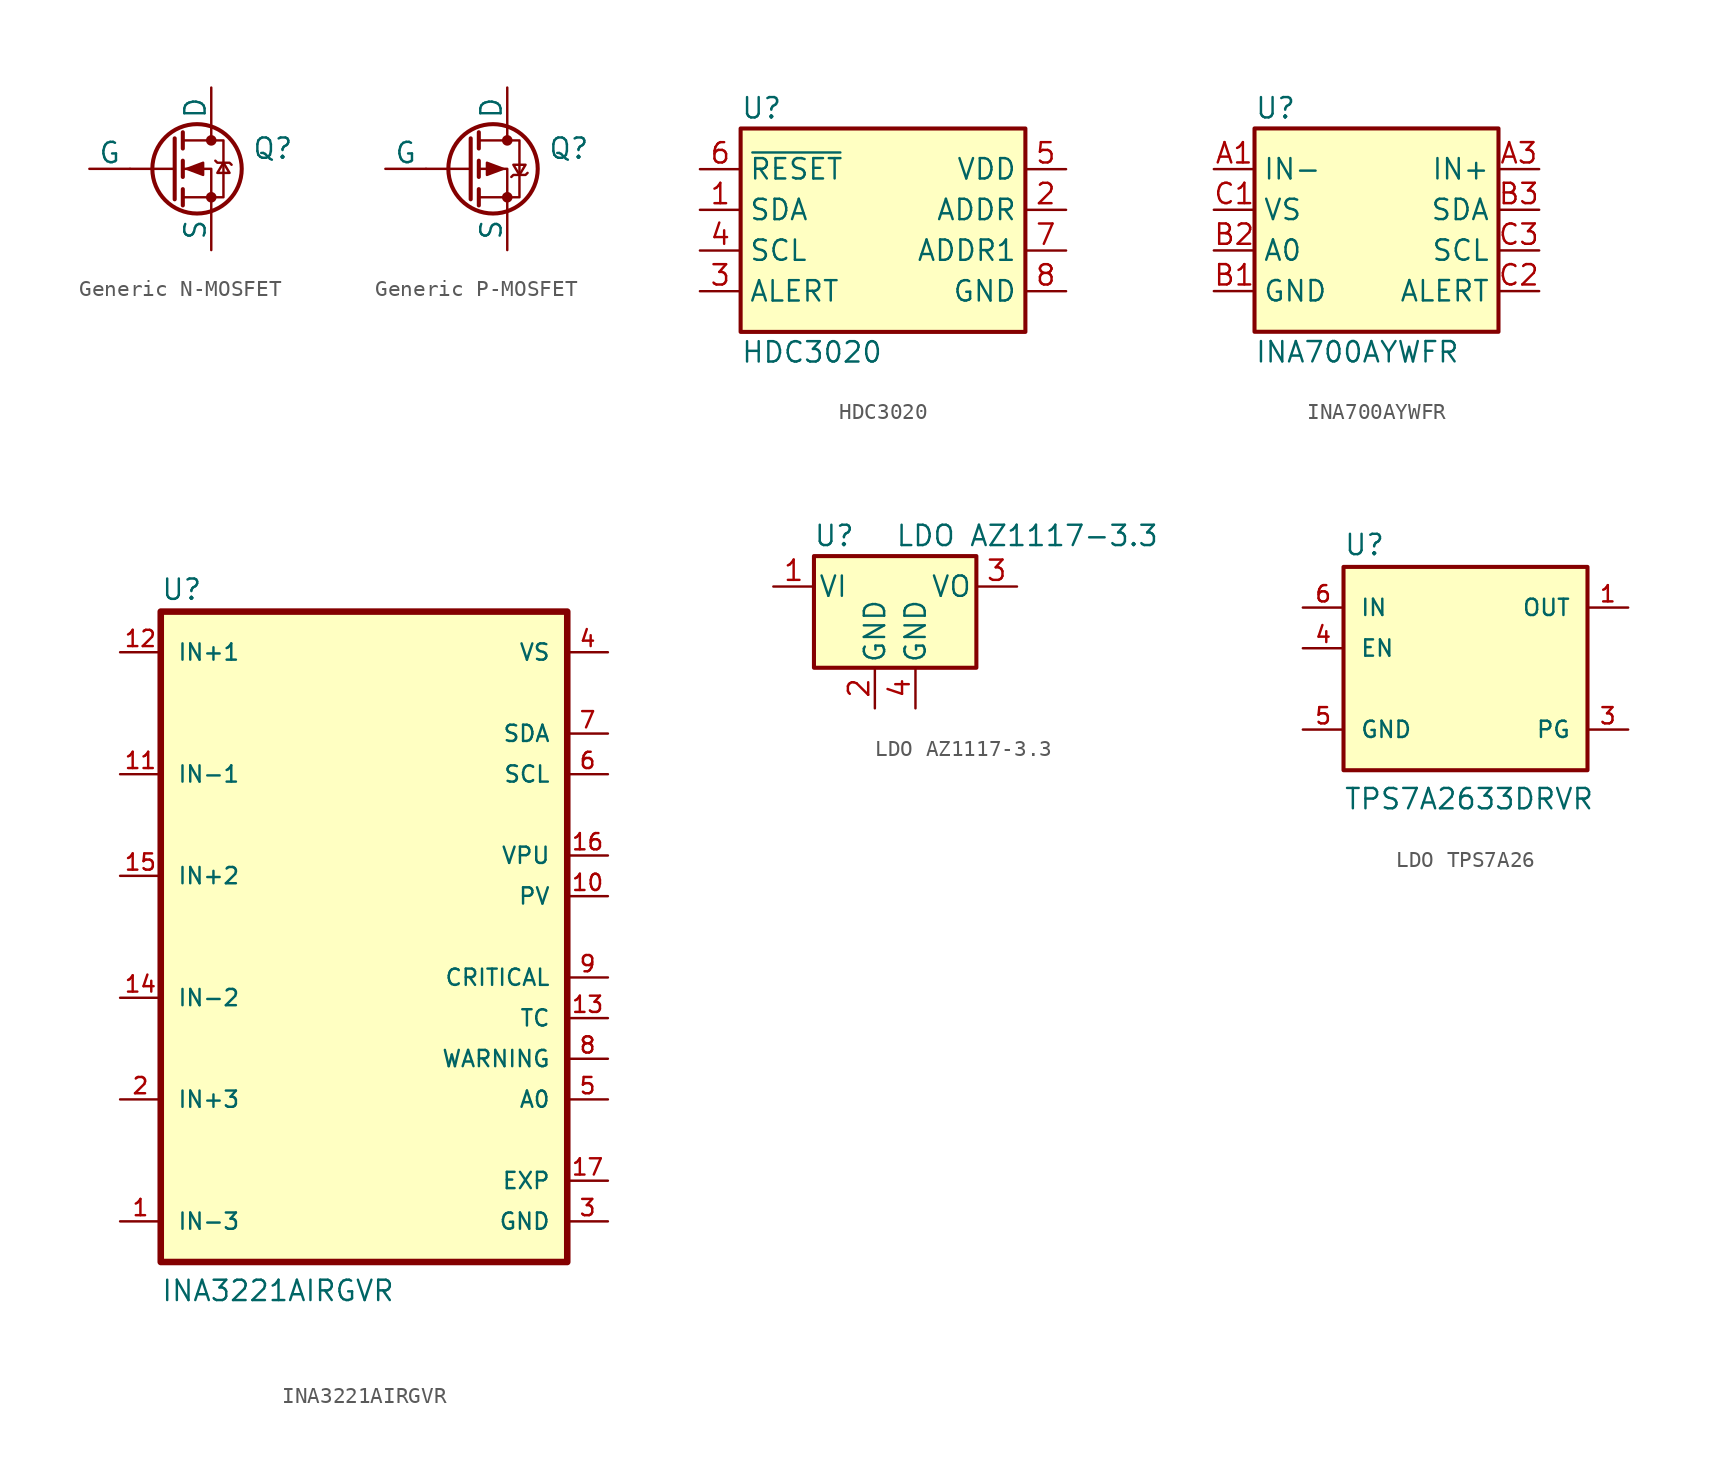
<source format=kicad_sym>
(kicad_symbol_lib
  (version 20241209)
  (generator "kicad_symbol_editor")
  (generator_version "9.0")
  (symbol "Generic N-MOSFET"
    (pin_numbers
      (hide yes))
    (pin_names
      (offset 0))
    (property "Reference" "Q"
      (at 5.08 1.27 0)
      (effects (font (size 1.27 1.27)) (justify left)))
    (symbol "Generic N-MOSFET_0_1"
      (polyline (pts (xy 0.254 1.905) (xy 0.254 -1.905)) (stroke (width 0.254) (type default)) (fill (type none)))
      (polyline (pts (xy 0.254 0) (xy -2.54 0)) (stroke (width 0) (type default)) (fill (type none)))
      (polyline (pts (xy 0.762 2.286) (xy 0.762 1.27)) (stroke (width 0.254) (type default)) (fill (type none)))
      (polyline (pts (xy 0.762 0.508) (xy 0.762 -0.508)) (stroke (width 0.254) (type default)) (fill (type none)))
      (polyline (pts (xy 0.762 -1.27) (xy 0.762 -2.286)) (stroke (width 0.254) (type default)) (fill (type none)))
      (polyline (pts (xy 0.762 -1.778) (xy 3.302 -1.778) (xy 3.302 1.778) (xy 0.762 1.778)) (stroke (width 0) (type default)) (fill (type none)))
      (polyline (pts (xy 1.016 0) (xy 2.032 0.381) (xy 2.032 -0.381) (xy 1.016 0)) (stroke (width 0) (type default)) (fill (type outline)))
      (circle (center 1.651 0) (radius 2.794) (stroke (width 0.254) (type default)) (fill (type none)))
      (polyline (pts (xy 2.54 2.54) (xy 2.54 1.778)) (stroke (width 0) (type default)) (fill (type none)))
      (circle (center 2.54 1.778) (radius 0.254) (stroke (width 0) (type default)) (fill (type outline)))
      (circle (center 2.54 -1.778) (radius 0.254) (stroke (width 0) (type default)) (fill (type outline)))
      (polyline (pts (xy 2.54 -2.54) (xy 2.54 0) (xy 0.762 0)) (stroke (width 0) (type default)) (fill (type none)))
      (polyline (pts (xy 2.794 0.508) (xy 2.921 0.381) (xy 3.683 0.381) (xy 3.81 0.254)) (stroke (width 0) (type default)) (fill (type none)))
      (polyline (pts (xy 3.302 0.381) (xy 2.921 -0.254) (xy 3.683 -0.254) (xy 3.302 0.381)) (stroke (width 0) (type default)) (fill (type none))))
    (symbol "Generic N-MOSFET_1_1"
      (pin input line (at -5.08 0 0) (length 2.54) (name "G" (effects (font (size 1.27 1.27)))) (number "1" (effects (font (size 1.27 1.27)))))
      (pin passive line (at 2.54 5.08 270) (length 2.54) (name "D" (effects (font (size 1.27 1.27)))) (number "3" (effects (font (size 1.27 1.27)))))
      (pin passive line (at 2.54 -5.08 90) (length 2.54) (name "S" (effects (font (size 1.27 1.27)))) (number "2" (effects (font (size 1.27 1.27)))))))
  (symbol "Generic P-MOSFET"
    (pin_numbers
      (hide yes))
    (pin_names
      (offset 0))
    (property "Reference" "Q"
      (at 5.08 1.27 0)
      (effects (font (size 1.27 1.27)) (justify left)))
    (symbol "Generic P-MOSFET_0_1"
      (polyline (pts (xy 0.254 1.905) (xy 0.254 -1.905)) (stroke (width 0.254) (type default)) (fill (type none)))
      (polyline (pts (xy 0.254 0) (xy -2.54 0)) (stroke (width 0) (type default)) (fill (type none)))
      (polyline (pts (xy 0.762 2.286) (xy 0.762 1.27)) (stroke (width 0.254) (type default)) (fill (type none)))
      (polyline (pts (xy 0.762 1.778) (xy 3.302 1.778) (xy 3.302 -1.778) (xy 0.762 -1.778)) (stroke (width 0) (type default)) (fill (type none)))
      (polyline (pts (xy 0.762 0.508) (xy 0.762 -0.508)) (stroke (width 0.254) (type default)) (fill (type none)))
      (polyline (pts (xy 0.762 -1.27) (xy 0.762 -2.286)) (stroke (width 0.254) (type default)) (fill (type none)))
      (circle (center 1.651 0) (radius 2.794) (stroke (width 0.254) (type default)) (fill (type none)))
      (polyline (pts (xy 2.286 0) (xy 1.27 0.381) (xy 1.27 -0.381) (xy 2.286 0)) (stroke (width 0) (type default)) (fill (type outline)))
      (polyline (pts (xy 2.54 2.54) (xy 2.54 1.778)) (stroke (width 0) (type default)) (fill (type none)))
      (circle (center 2.54 1.778) (radius 0.254) (stroke (width 0) (type default)) (fill (type outline)))
      (circle (center 2.54 -1.778) (radius 0.254) (stroke (width 0) (type default)) (fill (type outline)))
      (polyline (pts (xy 2.54 -2.54) (xy 2.54 0) (xy 0.762 0)) (stroke (width 0) (type default)) (fill (type none)))
      (polyline (pts (xy 2.794 -0.508) (xy 2.921 -0.381) (xy 3.683 -0.381) (xy 3.81 -0.254)) (stroke (width 0) (type default)) (fill (type none)))
      (polyline (pts (xy 3.302 -0.381) (xy 2.921 0.254) (xy 3.683 0.254) (xy 3.302 -0.381)) (stroke (width 0) (type default)) (fill (type none))))
    (symbol "Generic P-MOSFET_1_1"
      (pin input line (at -5.08 0 0) (length 2.54) (name "G" (effects (font (size 1.27 1.27)))) (number "1" (effects (font (size 1.27 1.27)))))
      (pin passive line (at 2.54 5.08 270) (length 2.54) (name "D" (effects (font (size 1.27 1.27)))) (number "3" (effects (font (size 1.27 1.27)))))
      (pin passive line (at 2.54 -5.08 90) (length 2.54) (name "S" (effects (font (size 1.27 1.27)))) (number "2" (effects (font (size 1.27 1.27)))))))
  (symbol "HDC3020"
    (property "Reference" "U"
      (at -8.89 7.62 0)
      (do_not_autoplace)
      (effects (font (size 1.27 1.27)) (justify left)))
    (property "Value" "HDC3020"
      (at -8.89 -7.62 0)
      (do_not_autoplace)
      (effects (font (size 1.27 1.27)) (justify left)))
    (symbol "HDC3020_1_1"
      (rectangle (start -8.89 6.35) (end 8.89 -6.35) (stroke (width 0.254) (type default)) (fill (type background)))
      (pin input line (at -11.43 3.81 0) (length 2.54) (name "~{RESET}" (effects (font (size 1.27 1.27)))) (number "6" (effects (font (size 1.27 1.27)))))
      (pin bidirectional line (at -11.43 1.27 0) (length 2.54) (name "SDA" (effects (font (size 1.27 1.27)))) (number "1" (effects (font (size 1.27 1.27)))))
      (pin input line (at -11.43 -1.27 0) (length 2.54) (name "SCL" (effects (font (size 1.27 1.27)))) (number "4" (effects (font (size 1.27 1.27)))))
      (pin output line (at -11.43 -3.81 0) (length 2.54) (name "ALERT" (effects (font (size 1.27 1.27)))) (number "3" (effects (font (size 1.27 1.27)))))
      (pin power_in line (at 11.43 3.81 180) (length 2.54) (name "VDD" (effects (font (size 1.27 1.27)))) (number "5" (effects (font (size 1.27 1.27)))))
      (pin input line (at 11.43 1.27 180) (length 2.54) (name "ADDR" (effects (font (size 1.27 1.27)))) (number "2" (effects (font (size 1.27 1.27)))))
      (pin input line (at 11.43 -1.27 180) (length 2.54) (name "ADDR1" (effects (font (size 1.27 1.27)))) (number "7" (effects (font (size 1.27 1.27)))))
      (pin passive line (at 11.43 -3.81 180) (length 2.54) (name "GND" (effects (font (size 1.27 1.27)))) (number "8" (effects (font (size 1.27 1.27)))))
      (pin no_connect line (at 11.43 -7.62 180) (length 2.54) (hide yes) (name "EP" (effects (font (size 1.27 1.27)))) (number "9" (effects (font (size 1.27 1.27)))))))
  (symbol "INA700AYWFR"
    (property "Reference" "U"
      (at -7.62 7.62 0)
      (do_not_autoplace)
      (effects (font (size 1.27 1.27)) (justify left)))
    (property "Value" "INA700AYWFR"
      (at -7.62 -7.62 0)
      (do_not_autoplace)
      (effects (font (size 1.27 1.27)) (justify left)))
    (symbol "INA700AYWFR_1_1"
      (rectangle (start -7.62 6.35) (end 7.62 -6.35) (stroke (width 0.254) (type default)) (fill (type background)))
      (pin power_out line (at -10.16 3.81 0) (length 2.54) (name "IN-" (effects (font (size 1.27 1.27)))) (number "A1" (effects (font (size 1.27 1.27)))))
      (pin power_in line (at -10.16 1.27 0) (length 2.54) (name "VS" (effects (font (size 1.27 1.27)))) (number "C1" (effects (font (size 1.27 1.27)))))
      (pin input line (at -10.16 -1.27 0) (length 2.54) (name "A0" (effects (font (size 1.27 1.27)))) (number "B2" (effects (font (size 1.27 1.27)))))
      (pin passive line (at -10.16 -3.81 0) (length 2.54) (name "GND" (effects (font (size 1.27 1.27)))) (number "B1" (effects (font (size 1.27 1.27)))))
      (pin power_in line (at 10.16 3.81 180) (length 2.54) (name "IN+" (effects (font (size 1.27 1.27)))) (number "A3" (effects (font (size 1.27 1.27)))))
      (pin bidirectional line (at 10.16 1.27 180) (length 2.54) (name "SDA" (effects (font (size 1.27 1.27)))) (number "B3" (effects (font (size 1.27 1.27)))))
      (pin input line (at 10.16 -1.27 180) (length 2.54) (name "SCL" (effects (font (size 1.27 1.27)))) (number "C3" (effects (font (size 1.27 1.27)))))
      (pin output line (at 10.16 -3.81 180) (length 2.54) (name "ALERT" (effects (font (size 1.27 1.27)))) (number "C2" (effects (font (size 1.27 1.27)))))))
  (symbol "INA3221AIRGVR"
    (pin_names
      (offset 1.016))
    (property "Reference" "U"
      (at -12.7 20.955 0)
      (do_not_autoplace)
      (effects (font (size 1.27 1.27)) (justify left bottom)))
    (property "Value" "INA3221AIRGVR"
      (at -12.7 -22.86 0)
      (do_not_autoplace)
      (effects (font (size 1.27 1.27)) (justify left bottom)))
    (symbol "INA3221AIRGVR_0_0"
      (rectangle (start -12.7 20.32) (end 12.7 -20.32) (stroke (width 0.41) (type default)) (fill (type background)))
      (pin input line (at -15.24 17.78 0) (length 2.54) (name "IN+1" (effects (font (size 1.016 1.016)))) (number "12" (effects (font (size 1.016 1.016)))))
      (pin input line (at -15.24 10.16 0) (length 2.54) (name "IN-1" (effects (font (size 1.016 1.016)))) (number "11" (effects (font (size 1.016 1.016)))))
      (pin input line (at -15.24 3.81 0) (length 2.54) (name "IN+2" (effects (font (size 1.016 1.016)))) (number "15" (effects (font (size 1.016 1.016)))))
      (pin input line (at -15.24 -3.81 0) (length 2.54) (name "IN-2" (effects (font (size 1.016 1.016)))) (number "14" (effects (font (size 1.016 1.016)))))
      (pin input line (at -15.24 -10.16 0) (length 2.54) (name "IN+3" (effects (font (size 1.016 1.016)))) (number "2" (effects (font (size 1.016 1.016)))))
      (pin input line (at -15.24 -17.78 0) (length 2.54) (name "IN-3" (effects (font (size 1.016 1.016)))) (number "1" (effects (font (size 1.016 1.016)))))
      (pin power_in line (at 15.24 17.78 180) (length 2.54) (name "VS" (effects (font (size 1.016 1.016)))) (number "4" (effects (font (size 1.016 1.016)))))
      (pin bidirectional line (at 15.24 12.7 180) (length 2.54) (name "SDA" (effects (font (size 1.016 1.016)))) (number "7" (effects (font (size 1.016 1.016)))))
      (pin input line (at 15.24 10.16 180) (length 2.54) (name "SCL" (effects (font (size 1.016 1.016)))) (number "6" (effects (font (size 1.016 1.016)))))
      (pin input line (at 15.24 5.08 180) (length 2.54) (name "VPU" (effects (font (size 1.016 1.016)))) (number "16" (effects (font (size 1.016 1.016)))))
      (pin output line (at 15.24 2.54 180) (length 2.54) (name "PV" (effects (font (size 1.016 1.016)))) (number "10" (effects (font (size 1.016 1.016)))))
      (pin output line (at 15.24 -2.54 180) (length 2.54) (name "CRITICAL" (effects (font (size 1.016 1.016)))) (number "9" (effects (font (size 1.016 1.016)))))
      (pin output line (at 15.24 -5.08 180) (length 2.54) (name "TC" (effects (font (size 1.016 1.016)))) (number "13" (effects (font (size 1.016 1.016)))))
      (pin output line (at 15.24 -7.62 180) (length 2.54) (name "WARNING" (effects (font (size 1.016 1.016)))) (number "8" (effects (font (size 1.016 1.016)))))
      (pin input line (at 15.24 -10.16 180) (length 2.54) (name "A0" (effects (font (size 1.016 1.016)))) (number "5" (effects (font (size 1.016 1.016)))))
      (pin power_in line (at 15.24 -15.24 180) (length 2.54) (name "EXP" (effects (font (size 1.016 1.016)))) (number "17" (effects (font (size 1.016 1.016)))))
      (pin power_in line (at 15.24 -17.78 180) (length 2.54) (name "GND" (effects (font (size 1.016 1.016)))) (number "3" (effects (font (size 1.016 1.016)))))))
  (symbol "LDO AZ1117-3.3"
    (pin_names
      (offset 0.254))
    (property "Reference" "U"
      (at -3.81 3.175 0)
      (effects (font (size 1.27 1.27))))
    (property "Value" "LDO AZ1117-3.3"
      (at 0 3.175 0)
      (effects (font (size 1.27 1.27)) (justify left)))
    (symbol "LDO AZ1117-3.3_0_1"
      (rectangle (start -5.08 1.905) (end 5.08 -5.08) (stroke (width 0.254) (type default)) (fill (type background))))
    (symbol "LDO AZ1117-3.3_1_1"
      (pin power_in line (at -7.62 0 0) (length 2.54) (name "VI" (effects (font (size 1.27 1.27)))) (number "1" (effects (font (size 1.27 1.27)))))
      (pin power_in line (at -1.27 -7.62 90) (length 2.54) (name "GND" (effects (font (size 1.27 1.27)))) (number "2" (effects (font (size 1.27 1.27)))))
      (pin power_in line (at 1.27 -7.62 90) (length 2.54) (name "GND" (effects (font (size 1.27 1.27)))) (number "4" (effects (font (size 1.27 1.27)))))
      (pin power_out line (at 7.62 0 180) (length 2.54) (name "VO" (effects (font (size 1.27 1.27)))) (number "3" (effects (font (size 1.27 1.27)))))))
  (symbol "LDO TPS7A26"
    (pin_names
      (offset 1.016))
    (property "Reference" "U"
      (at -7.62 9.525 0)
      (do_not_autoplace)
      (effects (font (size 1.27 1.27)) (justify left bottom)))
    (property "Value" "TPS7A2633DRVR"
      (at -7.62 -6.35 0)
      (do_not_autoplace)
      (effects (font (size 1.27 1.27)) (justify left bottom)))
    (symbol "LDO TPS7A26_0_0"
      (rectangle (start -7.62 8.89) (end 7.62 -3.81) (stroke (width 0.254) (type default)) (fill (type background)))
      (pin input line (at -10.16 6.35 0) (length 2.54) (name "IN" (effects (font (size 1.016 1.016)))) (number "6" (effects (font (size 1.016 1.016)))))
      (pin input line (at -10.16 3.81 0) (length 2.54) (name "EN" (effects (font (size 1.016 1.016)))) (number "4" (effects (font (size 1.016 1.016)))))
      (pin power_in line (at -10.16 -1.27 0) (length 2.54) (name "GND" (effects (font (size 1.016 1.016)))) (number "5" (effects (font (size 1.016 1.016)))))
      (pin passive line (at -10.16 -1.27 0) (length 2.54) (hide yes) (name "EXP" (effects (font (size 1.016 1.016)))) (number "7" (effects (font (size 1.016 1.016)))))
      (pin output line (at 10.16 6.35 180) (length 2.54) (name "OUT" (effects (font (size 1.016 1.016)))) (number "1" (effects (font (size 1.016 1.016)))))
      (pin no_connect line (at 10.16 3.81 180) (length 2.54) (hide yes) (name "NC" (effects (font (size 1.016 1.016)))) (number "2" (effects (font (size 1.016 1.016)))))
      (pin output line (at 10.16 -1.27 180) (length 2.54) (name "PG" (effects (font (size 1.016 1.016)))) (number "3" (effects (font (size 1.016 1.016))))))))
</source>
